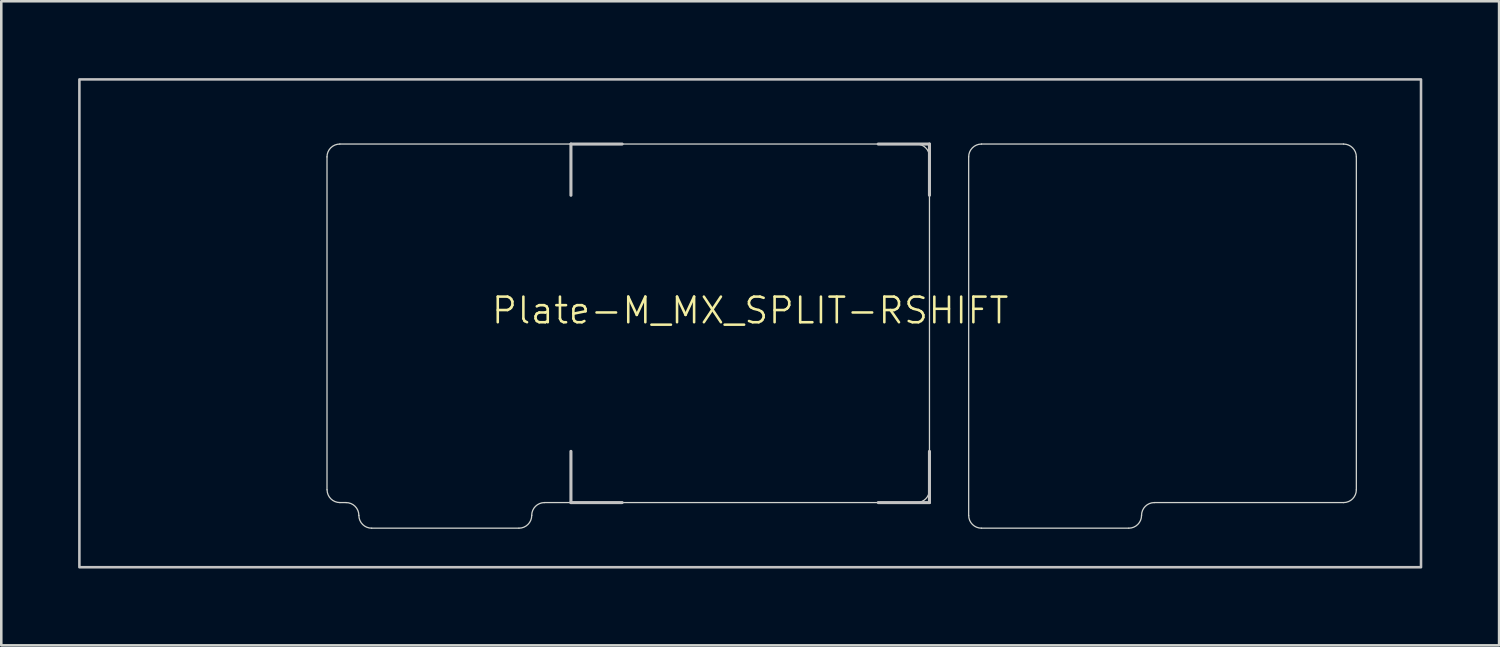
<source format=kicad_pcb>
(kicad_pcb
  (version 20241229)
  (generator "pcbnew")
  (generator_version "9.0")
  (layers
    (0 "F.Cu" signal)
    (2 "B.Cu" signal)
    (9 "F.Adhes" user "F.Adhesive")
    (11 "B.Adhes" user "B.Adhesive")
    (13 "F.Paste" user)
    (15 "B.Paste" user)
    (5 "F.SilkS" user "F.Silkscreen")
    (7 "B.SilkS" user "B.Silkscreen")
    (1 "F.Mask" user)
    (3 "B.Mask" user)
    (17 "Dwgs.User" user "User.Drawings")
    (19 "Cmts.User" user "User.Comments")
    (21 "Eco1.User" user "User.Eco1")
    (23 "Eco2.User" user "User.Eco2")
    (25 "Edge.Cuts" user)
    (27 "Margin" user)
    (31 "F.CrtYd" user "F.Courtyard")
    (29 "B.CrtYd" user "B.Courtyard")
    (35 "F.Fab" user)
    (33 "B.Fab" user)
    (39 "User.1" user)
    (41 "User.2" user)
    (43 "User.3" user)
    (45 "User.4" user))
  (footprint "Plate-M_MX_SPLIT-RSHIFT"
    (layer "F.Cu")
    (at 26.244 9.575)
    (property "Reference" "Plate-M_MX_SPLIT-RSHIFT" (at 0 -0.5 0) (unlocked yes) (layer "F.SilkS") (effects (font (size 1 1) (thickness 0.1))))
    (attr exclude_from_pos_files exclude_from_bom allow_missing_courtyard)
    (fp_line (start -16.525 -6.5) (end -16.525 6.5) (stroke (width 1.1) (type solid)) (layer "F.Mask"))
    (fp_line (start -15.781 7) (end -16.022 6.999) (stroke (width 1.1) (type default)) (layer "F.Mask"))
    (fp_line (start -14.781 8) (end -9.031 8) (stroke (width 1.1) (type solid)) (layer "F.Mask"))
    (fp_line (start -8.031 7) (end 6.5 7) (stroke (width 1.1) (type default)) (layer "F.Mask"))
    (fp_line (start 6.5 -7) (end -16.025 -7) (stroke (width 1.1) (type solid)) (layer "F.Mask"))
    (fp_line (start 7 6.5) (end 7 -6.5) (stroke (width 1.1) (type solid)) (layer "F.Mask"))
    (fp_line (start 8.531 -6.5) (end 8.531 7.5) (stroke (width 1.1) (type solid)) (layer "F.Mask"))
    (fp_line (start 9.031 8) (end 14.781 8) (stroke (width 1.1) (type solid)) (layer "F.Mask"))
    (fp_line (start 15.781 7) (end 23.169 7) (stroke (width 1.1) (type default)) (layer "F.Mask"))
    (fp_line (start 23.169 -7) (end 9.031 -7) (stroke (width 1.1) (type solid)) (layer "F.Mask"))
    (fp_line (start 23.669 6.5) (end 23.669 -6.5) (stroke (width 1.1) (type solid)) (layer "F.Mask"))
    (fp_arc (start -16.525 -6.5) (mid -16.378553 -6.853553) (end -16.025 -7) (stroke (width 1.1) (type solid)) (layer "F.Mask"))
    (fp_arc (start -16.022236 6.998884) (mid -16.375789 6.852437) (end -16.522236 6.498884) (stroke (width 1.1) (type solid)) (layer "F.Mask"))
    (fp_arc (start -15.78125 7.000001) (mid -15.427687 7.146438) (end -15.28125 7.500001) (stroke (width 1.1) (type solid)) (layer "F.Mask"))
    (fp_arc (start -14.78125 8.000001) (mid -15.134803 7.853554) (end -15.28125 7.500001) (stroke (width 1.1) (type solid)) (layer "F.Mask"))
    (fp_arc (start -8.53125 7.500001) (mid -8.677697 7.853554) (end -9.03125 8.000001) (stroke (width 1.1) (type solid)) (layer "F.Mask"))
    (fp_arc (start -8.53125 7.500001) (mid -8.384813 7.146438) (end -8.03125 7.000001) (stroke (width 1.1) (type solid)) (layer "F.Mask"))
    (fp_arc (start 6.5 -7) (mid 6.853554 -6.853554) (end 7 -6.5) (stroke (width 1.1) (type solid)) (layer "F.Mask"))
    (fp_arc (start 7 6.5) (mid 6.853554 6.853554) (end 6.5 7) (stroke (width 1.1) (type solid)) (layer "F.Mask"))
    (fp_arc (start 8.53125 -6.5) (mid 8.677693 -6.853572) (end 9.03125 -7) (stroke (width 1.1) (type solid)) (layer "F.Mask"))
    (fp_arc (start 9.03125 8.000001) (mid 8.677697 7.853554) (end 8.53125 7.500001) (stroke (width 1.1) (type solid)) (layer "F.Mask"))
    (fp_arc (start 15.28125 7.500001) (mid 15.134803 7.853554) (end 14.78125 8.000001) (stroke (width 1.1) (type solid)) (layer "F.Mask"))
    (fp_arc (start 15.28125 7.500001) (mid 15.427687 7.146438) (end 15.78125 7.000001) (stroke (width 1.1) (type solid)) (layer "F.Mask"))
    (fp_arc (start 23.16875 -7) (mid 23.522303 -6.853553) (end 23.66875 -6.5) (stroke (width 1.1) (type solid)) (layer "F.Mask"))
    (fp_arc (start 23.66875 6.5) (mid 23.522303 6.853553) (end 23.16875 7) (stroke (width 1.1) (type solid)) (layer "F.Mask"))
    (fp_line (start -16.525 -6.5) (end -16.525 6.5) (stroke (width 1.1) (type solid)) (layer "B.Mask"))
    (fp_line (start -15.781 7) (end -16.022 6.999) (stroke (width 1.1) (type default)) (layer "B.Mask"))
    (fp_line (start -14.781 8) (end -9.031 8) (stroke (width 1.1) (type solid)) (layer "B.Mask"))
    (fp_line (start -8.031 7) (end 6.5 7) (stroke (width 1.1) (type default)) (layer "B.Mask"))
    (fp_line (start 6.5 -7) (end -16.025 -7) (stroke (width 1.1) (type solid)) (layer "B.Mask"))
    (fp_line (start 7 6.5) (end 7 -6.5) (stroke (width 1.1) (type solid)) (layer "B.Mask"))
    (fp_line (start 8.531 -6.5) (end 8.531 7.5) (stroke (width 1.1) (type solid)) (layer "B.Mask"))
    (fp_line (start 9.031 8) (end 14.781 8) (stroke (width 1.1) (type solid)) (layer "B.Mask"))
    (fp_line (start 15.781 7) (end 23.169 7) (stroke (width 1.1) (type default)) (layer "B.Mask"))
    (fp_line (start 23.169 -7) (end 9.031 -7) (stroke (width 1.1) (type solid)) (layer "B.Mask"))
    (fp_line (start 23.669 6.5) (end 23.669 -6.5) (stroke (width 1.1) (type solid)) (layer "B.Mask"))
    (fp_arc (start -16.525 -6.5) (mid -16.378553 -6.853553) (end -16.025 -7) (stroke (width 1.1) (type solid)) (layer "B.Mask"))
    (fp_arc (start -16.022236 6.998884) (mid -16.375789 6.852437) (end -16.522236 6.498884) (stroke (width 1.1) (type solid)) (layer "B.Mask"))
    (fp_arc (start -15.78125 7.000001) (mid -15.427687 7.146438) (end -15.28125 7.500001) (stroke (width 1.1) (type solid)) (layer "B.Mask"))
    (fp_arc (start -14.78125 8.000001) (mid -15.134803 7.853554) (end -15.28125 7.500001) (stroke (width 1.1) (type solid)) (layer "B.Mask"))
    (fp_arc (start -8.53125 7.500001) (mid -8.677697 7.853554) (end -9.03125 8.000001) (stroke (width 1.1) (type solid)) (layer "B.Mask"))
    (fp_arc (start -8.53125 7.500001) (mid -8.384813 7.146438) (end -8.03125 7.000001) (stroke (width 1.1) (type solid)) (layer "B.Mask"))
    (fp_arc (start 6.5 -7) (mid 6.853554 -6.853554) (end 7 -6.5) (stroke (width 1.1) (type solid)) (layer "B.Mask"))
    (fp_arc (start 7 6.5) (mid 6.853554 6.853554) (end 6.5 7) (stroke (width 1.1) (type solid)) (layer "B.Mask"))
    (fp_arc (start 8.53125 -6.5) (mid 8.677693 -6.853572) (end 9.03125 -7) (stroke (width 1.1) (type solid)) (layer "B.Mask"))
    (fp_arc (start 9.03125 8.000001) (mid 8.677697 7.853554) (end 8.53125 7.500001) (stroke (width 1.1) (type solid)) (layer "B.Mask"))
    (fp_arc (start 15.28125 7.500001) (mid 15.134803 7.853554) (end 14.78125 8.000001) (stroke (width 1.1) (type solid)) (layer "B.Mask"))
    (fp_arc (start 15.28125 7.500001) (mid 15.427687 7.146438) (end 15.78125 7.000001) (stroke (width 1.1) (type solid)) (layer "B.Mask"))
    (fp_arc (start 23.16875 -7) (mid 23.522303 -6.853553) (end 23.66875 -6.5) (stroke (width 1.1) (type solid)) (layer "B.Mask"))
    (fp_arc (start 23.66875 6.5) (mid 23.522303 6.853553) (end 23.16875 7) (stroke (width 1.1) (type solid)) (layer "B.Mask"))
    (fp_line (start -7 -7) (end -5 -7) (stroke (width 0.12) (type solid)) (layer "Dwgs.User"))
    (fp_line (start -7 -5) (end -7 -7) (stroke (width 0.12) (type solid)) (layer "Dwgs.User"))
    (fp_line (start -7 7) (end -7 5) (stroke (width 0.12) (type solid)) (layer "Dwgs.User"))
    (fp_line (start -5 7) (end -7 7) (stroke (width 0.12) (type solid)) (layer "Dwgs.User"))
    (fp_line (start 5 -7) (end 7 -7) (stroke (width 0.12) (type solid)) (layer "Dwgs.User"))
    (fp_line (start 5 7) (end 7 7) (stroke (width 0.12) (type solid)) (layer "Dwgs.User"))
    (fp_line (start 7 -7) (end 7 -5) (stroke (width 0.12) (type solid)) (layer "Dwgs.User"))
    (fp_line (start 7 7) (end 7 5) (stroke (width 0.12) (type solid)) (layer "Dwgs.User"))
    (fp_rect (start -26.194 -9.525) (end 26.194 9.525) (stroke (width 0.1) (type solid)) (fill no) (layer "Dwgs.User"))
    (fp_line (start -16.525 -6.5) (end -16.525 6.5) (stroke (width 0.05) (type solid)) (layer "Edge.Cuts"))
    (fp_line (start -15.781 7) (end -16.022 6.999) (stroke (width 0.05) (type default)) (layer "Edge.Cuts"))
    (fp_line (start -14.781 8) (end -9.031 8) (stroke (width 0.05) (type solid)) (layer "Edge.Cuts"))
    (fp_line (start -8.031 7) (end 6.5 7) (stroke (width 0.05) (type default)) (layer "Edge.Cuts"))
    (fp_line (start 6.5 -7) (end -16.025 -7) (stroke (width 0.05) (type solid)) (layer "Edge.Cuts"))
    (fp_line (start 7 6.5) (end 7 -6.5) (stroke (width 0.05) (type solid)) (layer "Edge.Cuts"))
    (fp_line (start 8.531 -6.5) (end 8.531 7.5) (stroke (width 0.05) (type solid)) (layer "Edge.Cuts"))
    (fp_line (start 9.031 8) (end 14.781 8) (stroke (width 0.05) (type solid)) (layer "Edge.Cuts"))
    (fp_line (start 15.781 7) (end 23.169 7) (stroke (width 0.05) (type default)) (layer "Edge.Cuts"))
    (fp_line (start 23.169 -7) (end 9.031 -7) (stroke (width 0.05) (type solid)) (layer "Edge.Cuts"))
    (fp_line (start 23.669 6.5) (end 23.669 -6.5) (stroke (width 0.05) (type solid)) (layer "Edge.Cuts"))
    (fp_arc (start -16.525 -6.5) (mid -16.378553 -6.853553) (end -16.025 -7) (stroke (width 0.05) (type solid)) (layer "Edge.Cuts"))
    (fp_arc (start -16.022236 6.998884) (mid -16.375789 6.852437) (end -16.522236 6.498884) (stroke (width 0.05) (type solid)) (layer "Edge.Cuts"))
    (fp_arc (start -15.78125 7.000001) (mid -15.427687 7.146438) (end -15.28125 7.500001) (stroke (width 0.05) (type solid)) (layer "Edge.Cuts"))
    (fp_arc (start -14.78125 8.000001) (mid -15.134803 7.853554) (end -15.28125 7.500001) (stroke (width 0.05) (type solid)) (layer "Edge.Cuts"))
    (fp_arc (start -8.53125 7.500001) (mid -8.677697 7.853554) (end -9.03125 8.000001) (stroke (width 0.05) (type solid)) (layer "Edge.Cuts"))
    (fp_arc (start -8.53125 7.500001) (mid -8.384813 7.146438) (end -8.03125 7.000001) (stroke (width 0.05) (type solid)) (layer "Edge.Cuts"))
    (fp_arc (start 6.5 -7) (mid 6.853554 -6.853554) (end 7 -6.5) (stroke (width 0.05) (type solid)) (layer "Edge.Cuts"))
    (fp_arc (start 7 6.5) (mid 6.853554 6.853554) (end 6.5 7) (stroke (width 0.05) (type solid)) (layer "Edge.Cuts"))
    (fp_arc (start 8.53125 -6.5) (mid 8.677693 -6.853572) (end 9.03125 -7) (stroke (width 0.05) (type solid)) (layer "Edge.Cuts"))
    (fp_arc (start 9.03125 8.000001) (mid 8.677697 7.853554) (end 8.53125 7.500001) (stroke (width 0.05) (type solid)) (layer "Edge.Cuts"))
    (fp_arc (start 15.28125 7.500001) (mid 15.134803 7.853554) (end 14.78125 8.000001) (stroke (width 0.05) (type solid)) (layer "Edge.Cuts"))
    (fp_arc (start 15.28125 7.500001) (mid 15.427687 7.146438) (end 15.78125 7.000001) (stroke (width 0.05) (type solid)) (layer "Edge.Cuts"))
    (fp_arc (start 23.16875 -7) (mid 23.522303 -6.853553) (end 23.66875 -6.5) (stroke (width 0.05) (type solid)) (layer "Edge.Cuts"))
    (fp_arc (start 23.66875 6.5) (mid 23.522303 6.853553) (end 23.16875 7) (stroke (width 0.05) (type solid)) (layer "Edge.Cuts")))
  (gr_rect
    (start -3 -3)
    (end 55.487 22.15)
    (stroke (width 0.1) (type default))
    (fill no)
    (layer "Edge.Cuts")))
</source>
